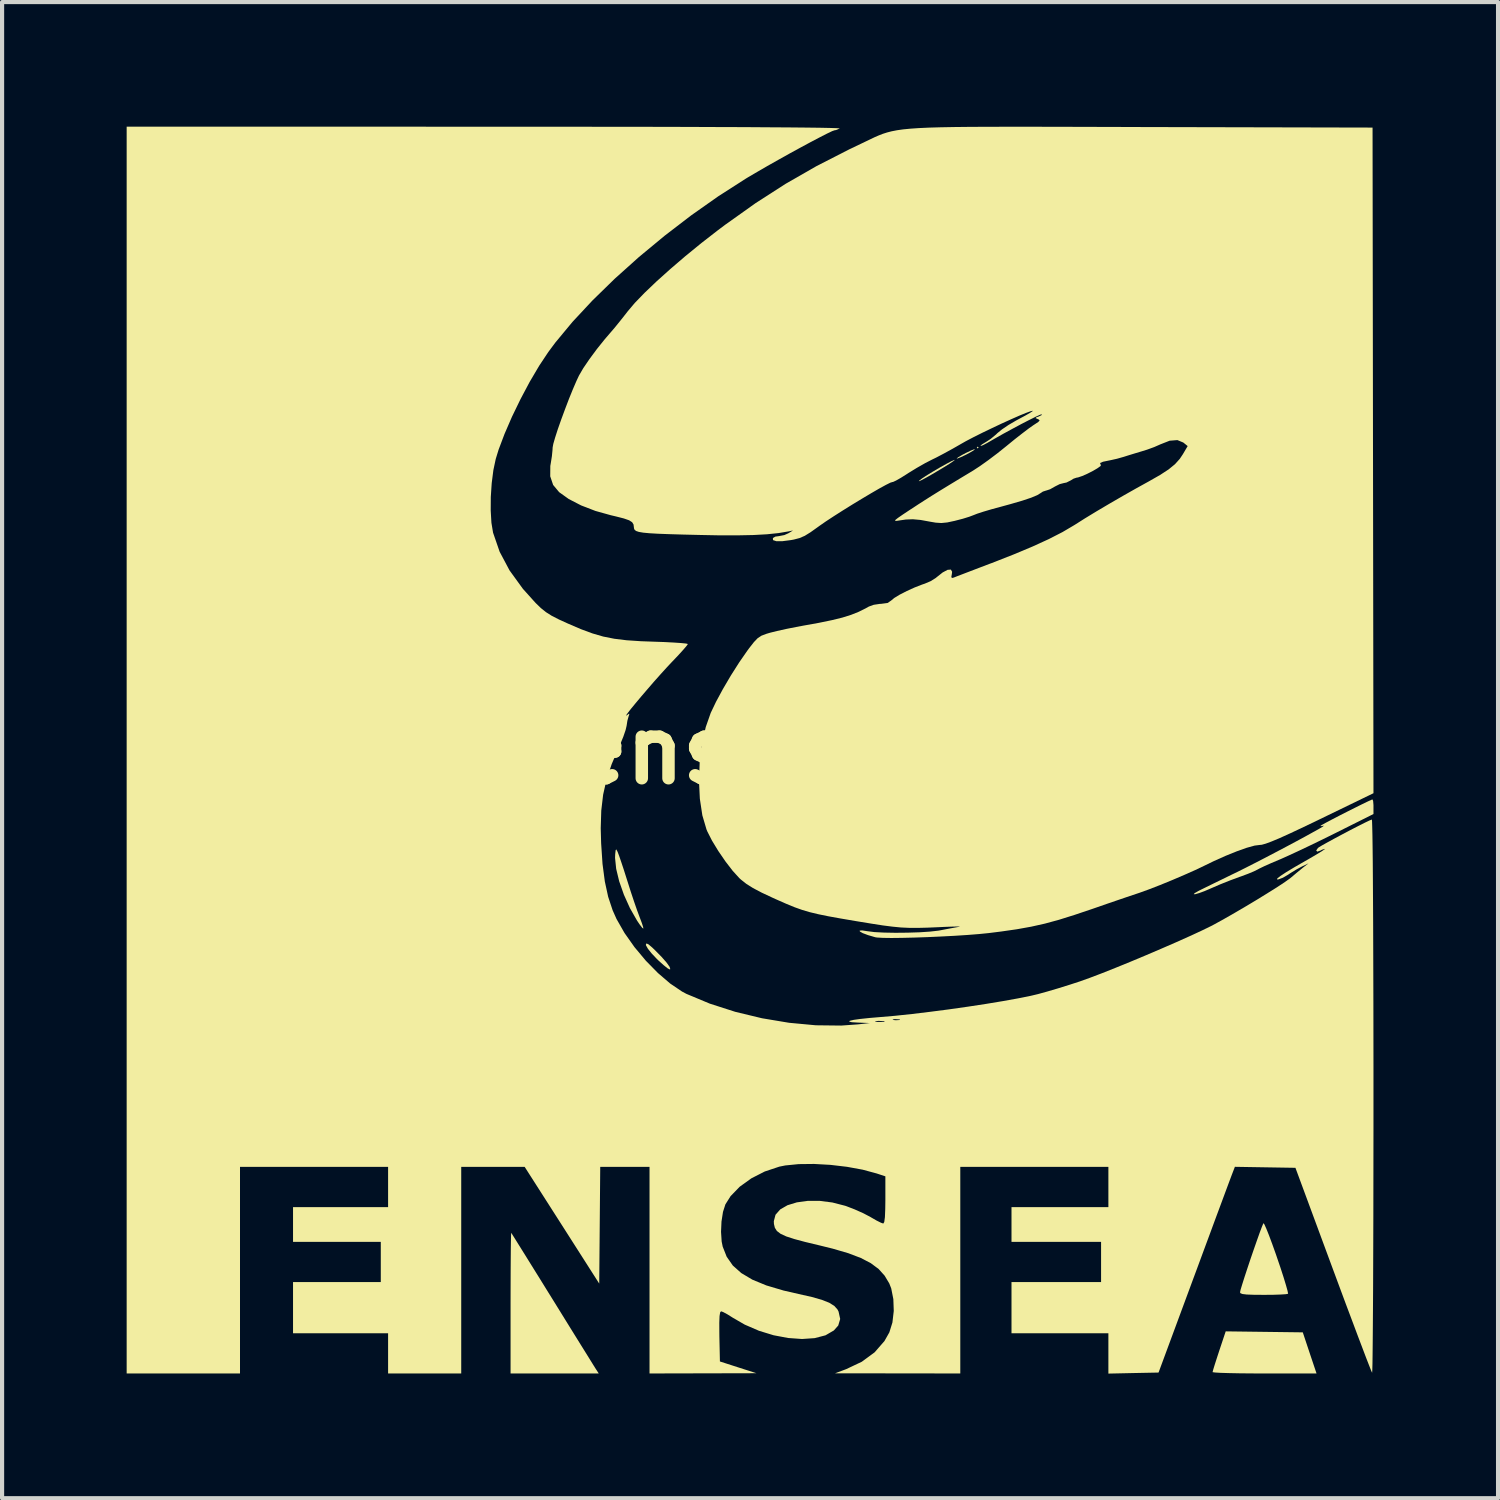
<source format=kicad_pcb>
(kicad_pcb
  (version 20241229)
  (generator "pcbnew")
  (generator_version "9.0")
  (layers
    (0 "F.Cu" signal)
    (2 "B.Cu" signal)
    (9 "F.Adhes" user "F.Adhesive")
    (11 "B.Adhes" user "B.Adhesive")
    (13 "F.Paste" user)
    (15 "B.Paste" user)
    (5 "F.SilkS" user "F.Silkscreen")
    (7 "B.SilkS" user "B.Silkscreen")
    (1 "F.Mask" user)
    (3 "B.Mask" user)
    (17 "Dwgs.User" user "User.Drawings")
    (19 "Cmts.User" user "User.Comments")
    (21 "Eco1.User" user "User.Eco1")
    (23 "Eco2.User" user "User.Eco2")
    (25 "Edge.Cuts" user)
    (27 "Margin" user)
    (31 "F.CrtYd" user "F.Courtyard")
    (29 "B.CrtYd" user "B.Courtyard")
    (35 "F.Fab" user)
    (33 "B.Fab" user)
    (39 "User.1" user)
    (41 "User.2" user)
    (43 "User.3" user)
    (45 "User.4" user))
  (footprint "logo_ensea_30mm"
    (layer "F.Cu")
    (at 15.011 15.011)
    (property "Reference" "logo_ensea_30mm" (at 0 0 0) (layer "F.SilkS") (effects (font (size 1.5 1.5) (thickness 0.3))))
    (attr board_only exclude_from_pos_files exclude_from_bom)
    (fp_poly (pts (xy 5.503 -7.285) (xy 5.481 -7.263) (xy 5.459 -7.285) (xy 5.481 -7.307)) (stroke (width 0) (type solid)) (fill yes) (layer "F.SilkS"))
    (fp_poly (pts (xy 5.379 -7.213) (xy 5.286 -7.158) (xy 5.194 -7.109) (xy 5.075 -7.053) (xy 4.995 -7.021) (xy 4.974 -7.02) (xy 5.01 -7.05) (xy 5.103 -7.105) (xy 5.194 -7.153) (xy 5.314 -7.21) (xy 5.394 -7.242) (xy 5.415 -7.243)) (stroke (width 0) (type solid)) (fill yes) (layer "F.SilkS"))
    (fp_poly (pts (xy -2.449 4.676) (xy -2.359 4.752) (xy -2.286 4.822) (xy -2.128 4.983) (xy -2.009 5.119) (xy -1.938 5.219) (xy -1.921 5.275) (xy -1.936 5.282) (xy -1.988 5.254) (xy -2.084 5.177) (xy -2.206 5.067) (xy -2.247 5.027) (xy -2.368 4.899) (xy -2.46 4.784) (xy -2.506 4.702) (xy -2.509 4.688) (xy -2.496 4.656)) (stroke (width 0) (type solid)) (fill yes) (layer "F.SilkS"))
    (fp_poly (pts (xy 12.381 14.009) (xy 13.309 14.021) (xy 13.474 14.516) (xy 13.64 15.011) (xy 12.389 15.011) (xy 12.067 15.01) (xy 11.776 15.007) (xy 11.527 15.002) (xy 11.33 14.996) (xy 11.197 14.988) (xy 11.139 14.98) (xy 11.137 14.978) (xy 11.15 14.926) (xy 11.186 14.808) (xy 11.239 14.643) (xy 11.295 14.471) (xy 11.453 13.997)) (stroke (width 0) (type solid)) (fill yes) (layer "F.SilkS"))
    (fp_poly (pts (xy 4.895 -6.957) (xy 4.802 -6.894) (xy 4.669 -6.811) (xy 4.515 -6.719) (xy 4.359 -6.627) (xy 4.219 -6.548) (xy 4.115 -6.493) (xy 4.064 -6.472) (xy 4.064 -6.472) (xy 4.077 -6.493) (xy 4.149 -6.546) (xy 4.229 -6.599) (xy 4.4 -6.704) (xy 4.57 -6.804) (xy 4.724 -6.89) (xy 4.845 -6.954) (xy 4.917 -6.986) (xy 4.93 -6.987)) (stroke (width 0) (type solid)) (fill yes) (layer "F.SilkS"))
    (fp_poly (pts (xy -3.194 2.442) (xy -3.184 2.465) (xy -3.153 2.547) (xy -3.103 2.693) (xy -3.039 2.886) (xy -2.969 3.107) (xy -2.949 3.169) (xy -2.872 3.412) (xy -2.793 3.649) (xy -2.721 3.857) (xy -2.665 4.008) (xy -2.659 4.024) (xy -2.607 4.161) (xy -2.575 4.261) (xy -2.57 4.301) (xy -2.6 4.276) (xy -2.661 4.196) (xy -2.721 4.107) (xy -2.893 3.805) (xy -3.038 3.483) (xy -3.151 3.161) (xy -3.224 2.859) (xy -3.251 2.597) (xy -3.248 2.512) (xy -3.237 2.412) (xy -3.222 2.391)) (stroke (width 0) (type solid)) (fill yes) (layer "F.SilkS"))
    (fp_poly (pts (xy -5.725 11.665) (xy -5.658 11.772) (xy -5.554 11.939) (xy -5.418 12.157) (xy -5.256 12.418) (xy -5.071 12.715) (xy -4.87 13.04) (xy -4.753 13.228) (xy -4.542 13.569) (xy -4.344 13.889) (xy -4.163 14.181) (xy -4.005 14.435) (xy -3.875 14.644) (xy -3.779 14.799) (xy -3.721 14.892) (xy -3.708 14.912) (xy -3.644 15.011) (xy -4.705 15.011) (xy -5.767 15.011) (xy -5.767 13.309) (xy -5.766 12.932) (xy -5.765 12.586) (xy -5.763 12.278) (xy -5.761 12.019) (xy -5.758 11.818) (xy -5.755 11.684) (xy -5.752 11.627) (xy -5.751 11.625)) (stroke (width 0) (type solid)) (fill yes) (layer "F.SilkS"))
    (fp_poly (pts (xy 12.385 11.422) (xy 12.431 11.524) (xy 12.496 11.686) (xy 12.574 11.896) (xy 12.662 12.142) (xy 12.686 12.213) (xy 12.774 12.471) (xy 12.848 12.7) (xy 12.905 12.888) (xy 12.942 13.021) (xy 12.955 13.087) (xy 12.954 13.092) (xy 12.902 13.102) (xy 12.78 13.11) (xy 12.605 13.116) (xy 12.394 13.118) (xy 12.363 13.118) (xy 12.123 13.116) (xy 11.959 13.11) (xy 11.858 13.098) (xy 11.809 13.079) (xy 11.798 13.057) (xy 11.811 12.996) (xy 11.849 12.87) (xy 11.905 12.693) (xy 11.974 12.483) (xy 12.05 12.255) (xy 12.129 12.025) (xy 12.205 11.808) (xy 12.271 11.622) (xy 12.324 11.481) (xy 12.357 11.402) (xy 12.363 11.392)) (stroke (width 0) (type solid)) (fill yes) (layer "F.SilkS"))
    (fp_poly (pts (xy 15.003 1.228) (xy 15.011 1.325) (xy 15.011 1.364) (xy 15.011 1.54) (xy 14.09 2.001) (xy 13.797 2.146) (xy 13.502 2.289) (xy 13.222 2.422) (xy 12.976 2.536) (xy 12.785 2.622) (xy 12.737 2.642) (xy 12.548 2.722) (xy 12.382 2.796) (xy 12.262 2.854) (xy 12.216 2.879) (xy 12.133 2.92) (xy 11.994 2.978) (xy 11.825 3.041) (xy 11.785 3.055) (xy 11.565 3.136) (xy 11.319 3.234) (xy 11.109 3.325) (xy 10.944 3.396) (xy 10.812 3.444) (xy 10.722 3.47) (xy 10.684 3.47) (xy 10.705 3.445) (xy 10.798 3.392) (xy 10.851 3.365) (xy 10.967 3.308) (xy 11.142 3.222) (xy 11.358 3.117) (xy 11.595 3.001) (xy 11.732 2.935) (xy 11.926 2.838) (xy 12.15 2.724) (xy 12.395 2.598) (xy 12.649 2.465) (xy 12.903 2.331) (xy 13.145 2.202) (xy 13.365 2.083) (xy 13.553 1.979) (xy 13.699 1.898) (xy 13.791 1.843) (xy 13.82 1.82) (xy 13.812 1.822) (xy 13.747 1.833) (xy 13.734 1.826) (xy 13.771 1.801) (xy 13.871 1.746) (xy 14.017 1.669) (xy 14.194 1.577) (xy 14.385 1.48) (xy 14.574 1.385) (xy 14.745 1.3) (xy 14.882 1.234) (xy 14.968 1.195) (xy 14.988 1.189)) (stroke (width 0) (type solid)) (fill yes) (layer "F.SilkS"))
    (fp_poly (pts (xy 6.762 -15.009) (xy 7.387 -15.008) (xy 8.086 -15.006) (xy 8.865 -15.004) (xy 9.442 -15.002) (xy 14.989 -14.989) (xy 15 -6.975) (xy 15.011 1.039) (xy 13.72 1.665) (xy 13.329 1.853) (xy 13.01 2.003) (xy 12.756 2.118) (xy 12.561 2.2) (xy 12.418 2.253) (xy 12.322 2.28) (xy 12.278 2.284) (xy 12.15 2.3) (xy 11.959 2.353) (xy 11.72 2.438) (xy 11.448 2.548) (xy 11.156 2.679) (xy 10.938 2.785) (xy 10.722 2.888) (xy 10.456 3.006) (xy 10.164 3.131) (xy 9.871 3.251) (xy 9.6 3.356) (xy 9.376 3.437) (xy 9.31 3.459) (xy 9.216 3.49) (xy 9.054 3.545) (xy 8.84 3.618) (xy 8.589 3.704) (xy 8.316 3.799) (xy 8.244 3.824) (xy 7.813 3.969) (xy 7.44 4.086) (xy 7.099 4.179) (xy 6.768 4.253) (xy 6.423 4.315) (xy 6.04 4.37) (xy 5.745 4.407) (xy 5.515 4.43) (xy 5.238 4.452) (xy 4.93 4.472) (xy 4.605 4.489) (xy 4.275 4.504) (xy 3.955 4.515) (xy 3.66 4.522) (xy 3.403 4.525) (xy 3.198 4.522) (xy 3.059 4.514) (xy 3.015 4.507) (xy 2.841 4.456) (xy 2.715 4.409) (xy 2.645 4.37) (xy 2.638 4.347) (xy 2.7 4.343) (xy 2.828 4.362) (xy 2.996 4.383) (xy 3.229 4.395) (xy 3.502 4.4) (xy 3.793 4.397) (xy 4.078 4.388) (xy 4.333 4.371) (xy 4.537 4.348) (xy 4.591 4.338) (xy 4.769 4.304) (xy 4.93 4.274) (xy 5.04 4.255) (xy 5.04 4.255) (xy 5.047 4.25) (xy 4.978 4.249) (xy 4.843 4.252) (xy 4.656 4.259) (xy 4.556 4.264) (xy 4.273 4.276) (xy 4.038 4.282) (xy 3.832 4.281) (xy 3.635 4.272) (xy 3.429 4.252) (xy 3.194 4.222) (xy 2.913 4.178) (xy 2.565 4.121) (xy 2.535 4.116) (xy 2.172 4.054) (xy 1.879 4.001) (xy 1.64 3.952) (xy 1.437 3.903) (xy 1.254 3.849) (xy 1.074 3.785) (xy 0.881 3.706) (xy 0.658 3.608) (xy 0.553 3.561) (xy 0.278 3.432) (xy 0.069 3.322) (xy -0.092 3.22) (xy -0.222 3.117) (xy -0.26 3.082) (xy -0.419 2.907) (xy -0.593 2.681) (xy -0.765 2.43) (xy -0.917 2.18) (xy -1.029 1.96) (xy -1.049 1.912) (xy -1.149 1.572) (xy -1.209 1.174) (xy -1.23 0.742) (xy -1.213 0.295) (xy -1.159 -0.144) (xy -1.067 -0.554) (xy -0.947 -0.896) (xy -0.82 -1.162) (xy -0.653 -1.471) (xy -0.462 -1.796) (xy -0.261 -2.112) (xy -0.067 -2.392) (xy -0.022 -2.453) (xy 0.093 -2.6) (xy 0.183 -2.694) (xy 0.274 -2.754) (xy 0.393 -2.799) (xy 0.484 -2.826) (xy 0.65 -2.867) (xy 0.869 -2.916) (xy 1.111 -2.964) (xy 1.277 -2.995) (xy 1.659 -3.064) (xy 1.969 -3.128) (xy 2.222 -3.19) (xy 2.432 -3.256) (xy 2.615 -3.329) (xy 2.786 -3.414) (xy 2.861 -3.456) (xy 2.978 -3.498) (xy 3.125 -3.52) (xy 3.156 -3.521) (xy 3.312 -3.542) (xy 3.398 -3.601) (xy 3.471 -3.662) (xy 3.603 -3.742) (xy 3.775 -3.83) (xy 3.962 -3.915) (xy 4.144 -3.986) (xy 4.204 -4.006) (xy 4.348 -4.067) (xy 4.474 -4.146) (xy 4.49 -4.16) (xy 4.638 -4.277) (xy 4.756 -4.34) (xy 4.835 -4.346) (xy 4.865 -4.294) (xy 4.859 -4.241) (xy 4.845 -4.16) (xy 4.873 -4.144) (xy 4.913 -4.157) (xy 4.979 -4.183) (xy 5.112 -4.234) (xy 5.3 -4.306) (xy 5.528 -4.393) (xy 5.782 -4.49) (xy 5.811 -4.5) (xy 6.346 -4.71) (xy 6.804 -4.902) (xy 7.193 -5.08) (xy 7.523 -5.249) (xy 7.801 -5.413) (xy 7.843 -5.439) (xy 8.062 -5.578) (xy 8.338 -5.746) (xy 8.651 -5.931) (xy 8.979 -6.121) (xy 9.302 -6.304) (xy 9.597 -6.467) (xy 9.871 -6.623) (xy 10.078 -6.758) (xy 10.232 -6.884) (xy 10.347 -7.012) (xy 10.421 -7.123) (xy 10.537 -7.32) (xy 10.432 -7.405) (xy 10.29 -7.464) (xy 10.103 -7.449) (xy 9.874 -7.359) (xy 9.861 -7.353) (xy 9.731 -7.296) (xy 9.561 -7.234) (xy 9.442 -7.197) (xy 9.266 -7.144) (xy 9.093 -7.091) (xy 9.002 -7.062) (xy 8.837 -7.015) (xy 8.667 -6.977) (xy 8.65 -6.974) (xy 8.5 -6.943) (xy 8.43 -6.913) (xy 8.433 -6.881) (xy 8.451 -6.868) (xy 8.438 -6.838) (xy 8.364 -6.785) (xy 8.253 -6.72) (xy 8.123 -6.654) (xy 7.998 -6.599) (xy 7.898 -6.565) (xy 7.861 -6.559) (xy 7.787 -6.534) (xy 7.723 -6.494) (xy 7.619 -6.442) (xy 7.55 -6.428) (xy 7.454 -6.403) (xy 7.339 -6.345) (xy 7.329 -6.339) (xy 7.224 -6.28) (xy 7.141 -6.252) (xy 7.135 -6.251) (xy 7.051 -6.224) (xy 7.003 -6.192) (xy 6.915 -6.138) (xy 6.769 -6.077) (xy 6.557 -6.006) (xy 6.272 -5.923) (xy 6.024 -5.855) (xy 5.81 -5.797) (xy 5.617 -5.74) (xy 5.467 -5.691) (xy 5.386 -5.659) (xy 5.28 -5.619) (xy 5.123 -5.57) (xy 4.945 -5.524) (xy 4.935 -5.521) (xy 4.748 -5.481) (xy 4.606 -5.467) (xy 4.47 -5.476) (xy 4.341 -5.498) (xy 4.105 -5.541) (xy 3.919 -5.558) (xy 3.749 -5.551) (xy 3.61 -5.531) (xy 3.531 -5.519) (xy 3.492 -5.52) (xy 3.499 -5.541) (xy 3.559 -5.589) (xy 3.679 -5.672) (xy 3.866 -5.796) (xy 3.874 -5.8) (xy 4.05 -5.916) (xy 4.215 -6.022) (xy 4.384 -6.129) (xy 4.571 -6.245) (xy 4.79 -6.379) (xy 5.057 -6.541) (xy 5.371 -6.73) (xy 5.533 -6.836) (xy 5.737 -6.981) (xy 5.957 -7.147) (xy 6.168 -7.316) (xy 6.185 -7.33) (xy 6.375 -7.485) (xy 6.558 -7.628) (xy 6.713 -7.746) (xy 6.824 -7.824) (xy 6.841 -7.835) (xy 6.941 -7.901) (xy 6.973 -7.939) (xy 6.944 -7.964) (xy 6.929 -7.969) (xy 6.875 -7.994) (xy 6.898 -8.015) (xy 6.948 -8.031) (xy 7.017 -8.064) (xy 7.027 -8.087) (xy 6.983 -8.074) (xy 6.877 -8.026) (xy 6.721 -7.948) (xy 6.531 -7.85) (xy 6.32 -7.737) (xy 6.101 -7.618) (xy 5.89 -7.499) (xy 5.712 -7.396) (xy 5.612 -7.343) (xy 5.554 -7.321) (xy 5.547 -7.324) (xy 5.582 -7.359) (xy 5.667 -7.411) (xy 5.678 -7.417) (xy 5.793 -7.492) (xy 5.92 -7.597) (xy 5.956 -7.632) (xy 6.064 -7.72) (xy 6.223 -7.828) (xy 6.404 -7.934) (xy 6.465 -7.967) (xy 6.62 -8.05) (xy 6.739 -8.118) (xy 6.804 -8.161) (xy 6.811 -8.17) (xy 6.764 -8.162) (xy 6.651 -8.121) (xy 6.487 -8.054) (xy 6.285 -7.965) (xy 6.06 -7.863) (xy 5.825 -7.752) (xy 5.594 -7.641) (xy 5.38 -7.534) (xy 5.197 -7.438) (xy 5.086 -7.375) (xy 4.878 -7.256) (xy 4.666 -7.14) (xy 4.48 -7.042) (xy 4.381 -6.994) (xy 4.214 -6.908) (xy 4.014 -6.794) (xy 3.818 -6.674) (xy 3.786 -6.653) (xy 3.637 -6.559) (xy 3.516 -6.49) (xy 3.441 -6.455) (xy 3.427 -6.454) (xy 3.379 -6.439) (xy 3.269 -6.384) (xy 3.11 -6.297) (xy 2.915 -6.184) (xy 2.695 -6.053) (xy 2.464 -5.913) (xy 2.233 -5.769) (xy 2.016 -5.631) (xy 1.824 -5.505) (xy 1.67 -5.398) (xy 1.637 -5.374) (xy 1.456 -5.245) (xy 1.317 -5.159) (xy 1.192 -5.105) (xy 1.054 -5.069) (xy 0.976 -5.055) (xy 0.774 -5.029) (xy 0.63 -5.03) (xy 0.552 -5.056) (xy 0.55 -5.106) (xy 0.61 -5.14) (xy 0.696 -5.152) (xy 0.825 -5.177) (xy 0.924 -5.221) (xy 1.034 -5.288) (xy 0.923 -5.265) (xy 0.686 -5.225) (xy 0.408 -5.196) (xy 0.079 -5.178) (xy -0.312 -5.17) (xy -0.772 -5.171) (xy -1.189 -5.179) (xy -1.608 -5.189) (xy -1.948 -5.199) (xy -2.216 -5.209) (xy -2.422 -5.221) (xy -2.572 -5.235) (xy -2.677 -5.253) (xy -2.743 -5.275) (xy -2.779 -5.302) (xy -2.794 -5.335) (xy -2.797 -5.359) (xy -2.806 -5.431) (xy -2.84 -5.487) (xy -2.913 -5.533) (xy -3.039 -5.577) (xy -3.231 -5.626) (xy -3.354 -5.655) (xy -3.723 -5.758) (xy -4.068 -5.891) (xy -4.366 -6.045) (xy -4.597 -6.21) (xy -4.742 -6.384) (xy -4.812 -6.591) (xy -4.81 -6.841) (xy -4.798 -6.911) (xy -4.772 -7.075) (xy -4.757 -7.227) (xy -4.754 -7.285) (xy -4.738 -7.373) (xy -4.694 -7.525) (xy -4.629 -7.727) (xy -4.547 -7.96) (xy -4.455 -8.209) (xy -4.36 -8.458) (xy -4.266 -8.69) (xy -4.18 -8.889) (xy -4.12 -9.017) (xy -4.016 -9.196) (xy -3.866 -9.416) (xy -3.687 -9.658) (xy -3.495 -9.897) (xy -3.371 -10.041) (xy -3.257 -10.174) (xy -3.118 -10.346) (xy -2.978 -10.523) (xy -2.95 -10.56) (xy -2.777 -10.765) (xy -2.541 -11.009) (xy -2.252 -11.285) (xy -1.92 -11.583) (xy -1.556 -11.895) (xy -1.17 -12.21) (xy -0.771 -12.52) (xy -0.599 -12.649) (xy 0.135 -13.171) (xy 0.858 -13.636) (xy 1.601 -14.062) (xy 2.393 -14.467) (xy 2.663 -14.596) (xy 2.788 -14.656) (xy 2.899 -14.709) (xy 3.001 -14.758) (xy 3.098 -14.8) (xy 3.195 -14.838) (xy 3.298 -14.871) (xy 3.411 -14.9) (xy 3.54 -14.925) (xy 3.689 -14.946) (xy 3.864 -14.963) (xy 4.068 -14.977) (xy 4.308 -14.988) (xy 4.588 -14.996) (xy 4.913 -15.002) (xy 5.288 -15.006) (xy 5.718 -15.008) (xy 6.208 -15.009)) (stroke (width 0) (type solid)) (fill yes) (layer "F.SilkS"))
    (fp_poly (pts (xy -6.394 -15.01) (xy -5.271 -15.01) (xy -4.224 -15.009) (xy -3.252 -15.008) (xy -2.357 -15.007) (xy -1.54 -15.005) (xy -0.801 -15.002) (xy -0.142 -15) (xy 0.436 -14.996) (xy 0.932 -14.993) (xy 1.345 -14.989) (xy 1.675 -14.985) (xy 1.92 -14.98) (xy 2.08 -14.975) (xy 2.153 -14.97) (xy 2.157 -14.967) (xy 2.069 -14.929) (xy 2.035 -14.924) (xy 1.976 -14.903) (xy 1.853 -14.844) (xy 1.677 -14.754) (xy 1.46 -14.64) (xy 1.213 -14.507) (xy 0.948 -14.362) (xy 0.678 -14.211) (xy 0.414 -14.062) (xy 0.167 -13.919) (xy -0.051 -13.791) (xy -0.11 -13.755) (xy -0.766 -13.334) (xy -1.419 -12.874) (xy -2.059 -12.383) (xy -2.676 -11.872) (xy -3.258 -11.35) (xy -3.795 -10.826) (xy -4.276 -10.31) (xy -4.69 -9.811) (xy -4.858 -9.585) (xy -5.079 -9.252) (xy -5.306 -8.867) (xy -5.527 -8.451) (xy -5.733 -8.026) (xy -5.912 -7.613) (xy -6.055 -7.234) (xy -6.124 -7.009) (xy -6.181 -6.741) (xy -6.221 -6.427) (xy -6.243 -6.093) (xy -6.245 -5.767) (xy -6.228 -5.473) (xy -6.189 -5.238) (xy -6.189 -5.236) (xy -6.03 -4.775) (xy -5.791 -4.325) (xy -5.469 -3.881) (xy -5.164 -3.542) (xy -5.038 -3.42) (xy -4.916 -3.322) (xy -4.777 -3.234) (xy -4.597 -3.142) (xy -4.386 -3.046) (xy -4.072 -2.911) (xy -3.796 -2.809) (xy -3.535 -2.733) (xy -3.268 -2.68) (xy -2.973 -2.644) (xy -2.628 -2.621) (xy -2.322 -2.61) (xy -2.063 -2.601) (xy -1.838 -2.589) (xy -1.659 -2.577) (xy -1.541 -2.565) (xy -1.497 -2.554) (xy -1.497 -2.554) (xy -1.526 -2.512) (xy -1.604 -2.42) (xy -1.721 -2.291) (xy -1.865 -2.139) (xy -1.882 -2.122) (xy -2.01 -1.985) (xy -2.156 -1.824) (xy -2.313 -1.648) (xy -2.47 -1.466) (xy -2.621 -1.29) (xy -2.756 -1.129) (xy -2.868 -0.993) (xy -2.947 -0.891) (xy -2.986 -0.835) (xy -2.975 -0.833) (xy -2.97 -0.836) (xy -2.913 -0.878) (xy -2.909 -0.856) (xy -2.924 -0.814) (xy -2.954 -0.707) (xy -2.973 -0.584) (xy -2.997 -0.482) (xy -3.05 -0.327) (xy -3.124 -0.146) (xy -3.164 -0.056) (xy -3.333 0.341) (xy -3.456 0.71) (xy -3.538 1.074) (xy -3.583 1.457) (xy -3.596 1.882) (xy -3.586 2.245) (xy -3.553 2.741) (xy -3.497 3.165) (xy -3.417 3.533) (xy -3.309 3.858) (xy -3.216 4.067) (xy -3.023 4.405) (xy -2.783 4.745) (xy -2.51 5.072) (xy -2.218 5.369) (xy -1.923 5.622) (xy -1.639 5.814) (xy -1.532 5.871) (xy -0.969 6.106) (xy -0.356 6.303) (xy 0.288 6.458) (xy 0.941 6.567) (xy 1.583 6.627) (xy 2.195 6.634) (xy 2.597 6.605) (xy 2.883 6.573) (xy 2.597 6.562) (xy 2.45 6.553) (xy 2.39 6.539) (xy 3.006 6.539) (xy 3.061 6.546) (xy 3.125 6.547) (xy 3.221 6.544) (xy 3.247 6.535) (xy 3.225 6.528) (xy 3.096 6.521) (xy 3.026 6.528) (xy 3.006 6.539) (xy 2.39 6.539) (xy 2.386 6.538) (xy 2.401 6.519) (xy 2.49 6.498) (xy 2.492 6.497) (xy 3.431 6.497) (xy 3.492 6.504) (xy 3.522 6.505) (xy 3.602 6.5) (xy 3.611 6.489) (xy 3.599 6.485) (xy 3.487 6.478) (xy 3.445 6.485) (xy 3.431 6.497) (xy 2.492 6.497) (xy 2.65 6.475) (xy 2.876 6.451) (xy 3.125 6.43) (xy 3.486 6.399) (xy 3.894 6.356) (xy 4.332 6.303) (xy 4.787 6.244) (xy 5.243 6.179) (xy 5.683 6.112) (xy 6.093 6.044) (xy 6.458 5.978) (xy 6.761 5.917) (xy 6.933 5.876) (xy 7.154 5.815) (xy 7.422 5.736) (xy 7.704 5.648) (xy 7.946 5.569) (xy 8.175 5.487) (xy 8.464 5.377) (xy 8.796 5.245) (xy 9.157 5.098) (xy 9.532 4.941) (xy 9.906 4.781) (xy 10.265 4.625) (xy 10.593 4.478) (xy 10.876 4.347) (xy 11.098 4.239) (xy 11.178 4.197) (xy 11.415 4.066) (xy 11.677 3.916) (xy 11.95 3.756) (xy 12.22 3.594) (xy 12.474 3.437) (xy 12.699 3.296) (xy 12.879 3.177) (xy 13.002 3.089) (xy 13.033 3.064) (xy 13.162 2.955) (xy 13.289 2.851) (xy 13.319 2.827) (xy 13.448 2.727) (xy 13.294 2.801) (xy 13.162 2.871) (xy 13.01 2.964) (xy 12.952 3.003) (xy 12.83 3.074) (xy 12.726 3.113) (xy 12.688 3.116) (xy 12.696 3.09) (xy 12.775 3.029) (xy 12.916 2.936) (xy 13.113 2.818) (xy 13.25 2.739) (xy 13.458 2.62) (xy 13.632 2.518) (xy 13.762 2.439) (xy 13.834 2.39) (xy 13.845 2.378) (xy 13.771 2.4) (xy 13.737 2.419) (xy 13.658 2.446) (xy 13.632 2.417) (xy 13.675 2.357) (xy 13.688 2.347) (xy 13.766 2.299) (xy 13.898 2.225) (xy 14.068 2.132) (xy 14.259 2.03) (xy 14.456 1.926) (xy 14.642 1.83) (xy 14.801 1.75) (xy 14.916 1.695) (xy 14.971 1.673) (xy 14.972 1.673) (xy 14.977 1.716) (xy 14.981 1.843) (xy 14.986 2.051) (xy 14.99 2.333) (xy 14.994 2.688) (xy 14.997 3.11) (xy 15 3.596) (xy 15.003 4.141) (xy 15.005 4.741) (xy 15.007 5.393) (xy 15.009 6.092) (xy 15.01 6.833) (xy 15.011 7.614) (xy 15.011 8.349) (xy 15.011 9.108) (xy 15.01 9.842) (xy 15.009 10.546) (xy 15.008 11.217) (xy 15.006 11.848) (xy 15.004 12.435) (xy 15.002 12.974) (xy 14.999 13.46) (xy 14.996 13.888) (xy 14.993 14.253) (xy 14.99 14.55) (xy 14.987 14.775) (xy 14.983 14.923) (xy 14.979 14.99) (xy 14.978 14.993) (xy 14.957 14.947) (xy 14.909 14.825) (xy 14.835 14.636) (xy 14.74 14.385) (xy 14.625 14.082) (xy 14.494 13.732) (xy 14.348 13.344) (xy 14.192 12.924) (xy 14.038 12.509) (xy 13.132 10.059) (xy 12.403 10.047) (xy 11.674 10.035) (xy 11.599 10.23) (xy 11.57 10.308) (xy 11.513 10.46) (xy 11.432 10.678) (xy 11.33 10.953) (xy 11.209 11.278) (xy 11.074 11.644) (xy 10.926 12.043) (xy 10.77 12.466) (xy 10.68 12.708) (xy 9.836 14.989) (xy 9.232 15.001) (xy 8.628 15.014) (xy 8.628 14.528) (xy 8.628 14.043) (xy 7.462 14.043) (xy 6.295 14.043) (xy 6.295 13.426) (xy 6.295 12.81) (xy 7.373 12.81) (xy 8.452 12.81) (xy 8.452 12.326) (xy 8.452 11.842) (xy 7.373 11.842) (xy 6.295 11.842) (xy 6.295 11.423) (xy 6.295 11.005) (xy 7.462 11.005) (xy 8.628 11.005) (xy 8.628 10.521) (xy 8.628 10.037) (xy 6.845 10.037) (xy 5.062 10.037) (xy 5.062 12.524) (xy 5.062 15.011) (xy 3.555 15.009) (xy 2.047 15.007) (xy 2.314 14.907) (xy 2.69 14.729) (xy 2.999 14.502) (xy 3.236 14.23) (xy 3.354 14.021) (xy 3.428 13.783) (xy 3.46 13.505) (xy 3.45 13.221) (xy 3.399 12.963) (xy 3.352 12.843) (xy 3.24 12.656) (xy 3.095 12.495) (xy 2.907 12.355) (xy 2.667 12.23) (xy 2.365 12.115) (xy 1.992 12.006) (xy 1.664 11.925) (xy 1.326 11.844) (xy 1.065 11.774) (xy 0.871 11.711) (xy 0.735 11.648) (xy 0.646 11.58) (xy 0.597 11.503) (xy 0.575 11.412) (xy 0.572 11.344) (xy 0.613 11.189) (xy 0.726 11.061) (xy 0.901 10.96) (xy 1.126 10.891) (xy 1.389 10.855) (xy 1.678 10.855) (xy 1.982 10.894) (xy 2.289 10.973) (xy 2.311 10.98) (xy 2.516 11.059) (xy 2.727 11.153) (xy 2.9 11.244) (xy 2.911 11.251) (xy 3.045 11.328) (xy 3.153 11.382) (xy 3.208 11.401) (xy 3.231 11.364) (xy 3.247 11.248) (xy 3.255 11.052) (xy 3.258 10.833) (xy 3.258 10.264) (xy 3.048 10.195) (xy 2.712 10.104) (xy 2.334 10.035) (xy 1.935 9.988) (xy 1.54 9.966) (xy 1.17 9.97) (xy 0.848 10.002) (xy 0.704 10.031) (xy 0.353 10.148) (xy 0.03 10.313) (xy -0.249 10.514) (xy -0.469 10.741) (xy -0.594 10.939) (xy -0.652 11.12) (xy -0.688 11.352) (xy -0.699 11.601) (xy -0.684 11.834) (xy -0.659 11.957) (xy -0.563 12.2) (xy -0.416 12.411) (xy -0.212 12.593) (xy 0.055 12.752) (xy 0.392 12.891) (xy 0.806 13.014) (xy 1.167 13.097) (xy 1.486 13.169) (xy 1.729 13.238) (xy 1.906 13.308) (xy 2.028 13.384) (xy 2.105 13.47) (xy 2.131 13.521) (xy 2.17 13.699) (xy 2.123 13.857) (xy 2.018 13.975) (xy 1.817 14.092) (xy 1.557 14.16) (xy 1.252 14.181) (xy 0.918 14.157) (xy 0.567 14.091) (xy 0.214 13.983) (xy -0.128 13.835) (xy -0.415 13.669) (xy -0.544 13.588) (xy -0.648 13.532) (xy -0.699 13.514) (xy -0.721 13.542) (xy -0.735 13.63) (xy -0.741 13.786) (xy -0.74 14.019) (xy -0.739 14.118) (xy -0.726 14.722) (xy -0.286 14.864) (xy 0.154 15.005) (xy -1.134 15.008) (xy -2.421 15.011) (xy -2.421 12.524) (xy -2.421 10.037) (xy -3.015 10.037) (xy -3.608 10.037) (xy -3.62 11.442) (xy -3.632 12.847) (xy -4.529 11.442) (xy -5.427 10.037) (xy -6.191 10.037) (xy -6.955 10.037) (xy -6.955 12.524) (xy -6.955 15.011) (xy -7.836 15.011) (xy -8.716 15.011) (xy -8.716 14.527) (xy -8.716 14.043) (xy -9.861 14.043) (xy -11.005 14.043) (xy -11.005 13.426) (xy -11.005 12.81) (xy -9.949 12.81) (xy -8.892 12.81) (xy -8.892 12.326) (xy -8.892 11.842) (xy -9.949 11.842) (xy -11.005 11.842) (xy -11.005 11.423) (xy -11.005 11.005) (xy -9.861 11.005) (xy -8.716 11.005) (xy -8.716 10.521) (xy -8.716 10.037) (xy -10.499 10.037) (xy -12.282 10.037) (xy -12.282 12.524) (xy -12.282 15.011) (xy -13.646 15.011) (xy -15.011 15.011) (xy -15.011 0) (xy -15.011 -15.011)) (stroke (width 0) (type solid)) (fill yes) (layer "F.SilkS")))
  (gr_rect
    (start -3 -3)
    (end 33.022 33.025)
    (stroke (width 0.1) (type default))
    (fill no)
    (layer "Edge.Cuts")))
</source>
